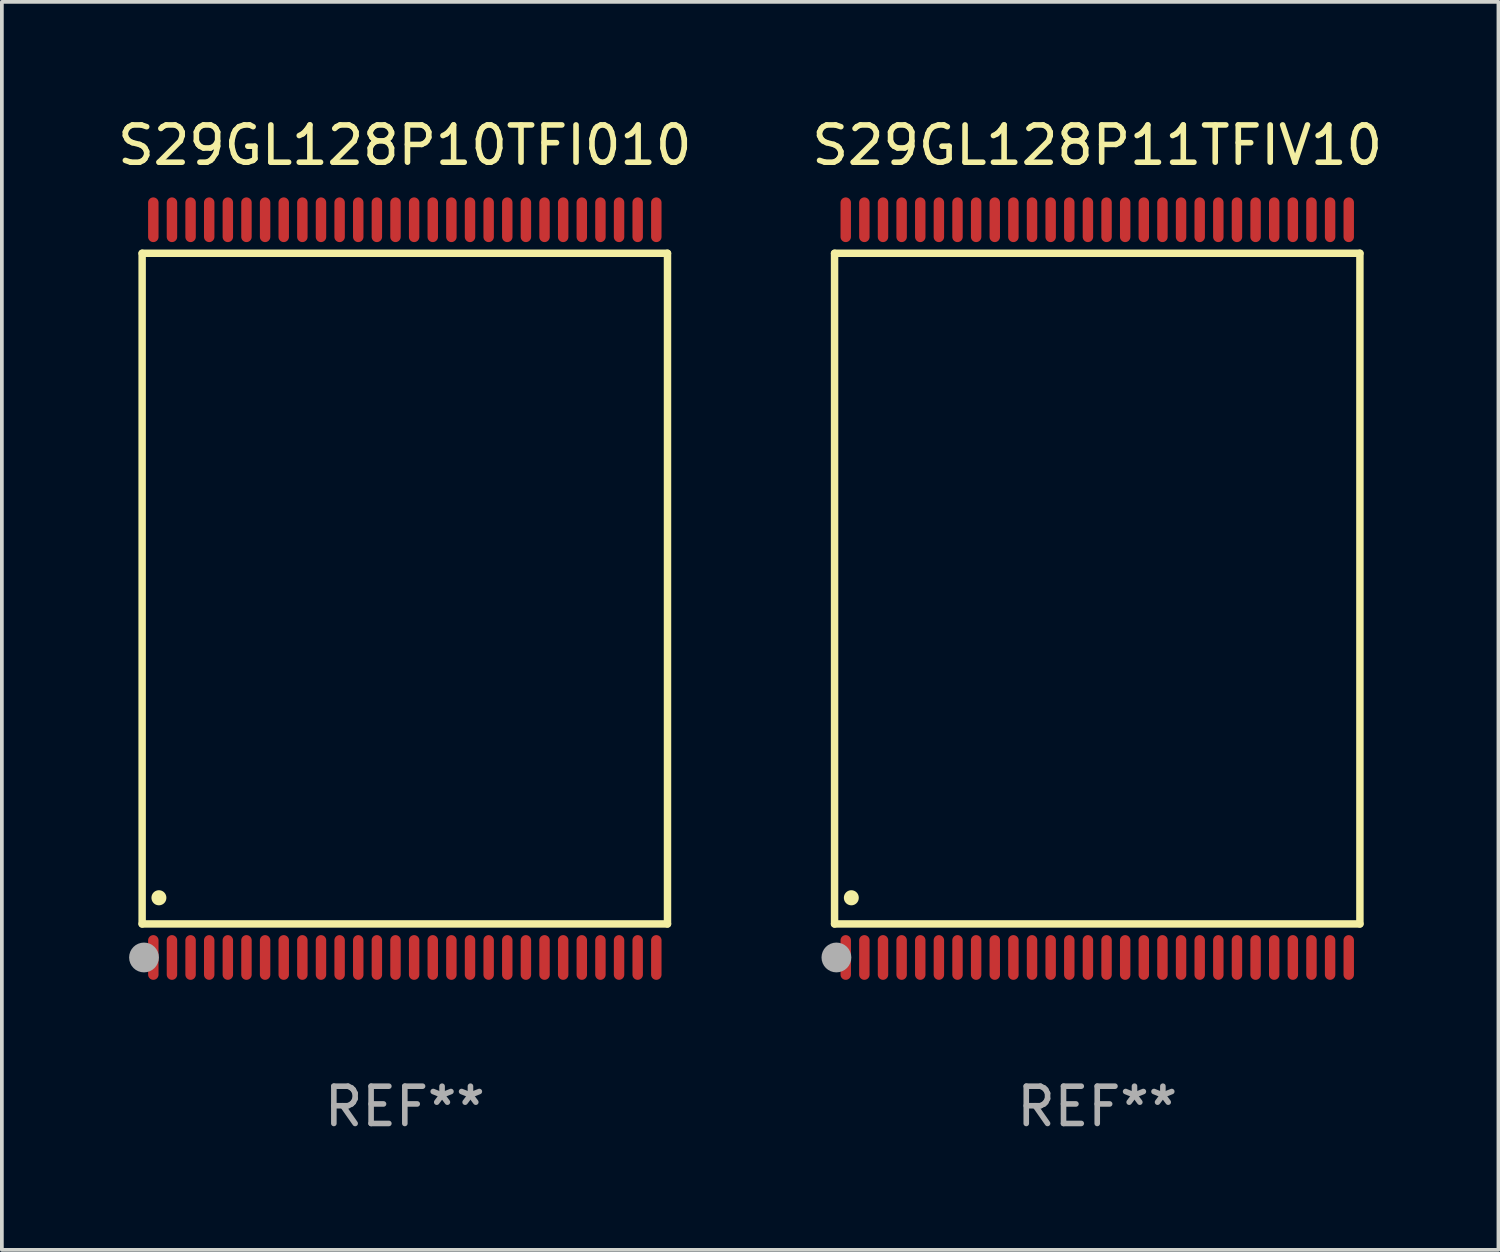
<source format=kicad_pcb>
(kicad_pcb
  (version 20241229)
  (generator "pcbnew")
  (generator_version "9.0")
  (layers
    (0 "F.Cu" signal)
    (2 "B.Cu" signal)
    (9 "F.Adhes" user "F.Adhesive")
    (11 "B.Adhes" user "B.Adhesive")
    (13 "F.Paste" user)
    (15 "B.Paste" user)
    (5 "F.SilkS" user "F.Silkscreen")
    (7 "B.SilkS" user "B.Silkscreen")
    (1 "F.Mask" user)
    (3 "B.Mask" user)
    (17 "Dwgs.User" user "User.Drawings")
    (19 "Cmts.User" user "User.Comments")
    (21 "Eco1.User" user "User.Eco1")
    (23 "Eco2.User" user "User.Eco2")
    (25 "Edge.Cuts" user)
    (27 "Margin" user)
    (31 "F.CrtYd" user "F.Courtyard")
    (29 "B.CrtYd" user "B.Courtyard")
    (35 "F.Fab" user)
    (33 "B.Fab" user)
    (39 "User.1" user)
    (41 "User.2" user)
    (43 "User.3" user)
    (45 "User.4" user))
  (footprint "S29GL128P11TFIV10"
    (layer "F.Cu")
    (at 26.399 12.748)
    (property "Reference" "S29GL128P11TFIV10" (at 0 -11.9 0) (layer "F.SilkS") (effects (font (size 1 1) (thickness 0.15))))
    (attr through_hole)
    (fp_line (start -7.05 -9) (end 7.05 -9) (stroke (width 0.2) (type solid)) (layer "F.SilkS"))
    (fp_line (start -7.05 9) (end -7.05 -9) (stroke (width 0.2) (type solid)) (layer "F.SilkS"))
    (fp_line (start 7.05 9) (end -7.05 9) (stroke (width 0.2) (type solid)) (layer "F.SilkS"))
    (fp_line (start 7.05 9) (end 7.05 -9) (stroke (width 0.2) (type solid)) (layer "F.SilkS"))
    (fp_arc (start -6.600025 8.300025) (mid -6.600041 8.297485) (end -6.600025 8.294945) (stroke (width 0.4) (type solid)) (layer "F.SilkS"))
    (fp_circle (center -7 10) (end -6.97 10) (stroke (width 0.06) (type solid)) (fill no) (layer "F.SilkS"))
    (fp_circle (center -7 9.9) (end -6.8 9.9) (stroke (width 0.4) (type solid)) (fill no) (layer "F.Fab"))
    (fp_text user "REF**" (at 0 13.9 0) (layer "F.Fab") (effects (font (size 1 1) (thickness 0.15))))
    (pad "1" smd oval (at -6.75 9.9) (size 0.28 1.2) (layers "F.Cu" "F.Mask" "F.Paste"))
    (pad "2" smd oval (at -6.25 9.9) (size 0.28 1.2) (layers "F.Cu" "F.Mask" "F.Paste"))
    (pad "3" smd oval (at -5.75 9.9) (size 0.28 1.2) (layers "F.Cu" "F.Mask" "F.Paste"))
    (pad "4" smd oval (at -5.25 9.9) (size 0.28 1.2) (layers "F.Cu" "F.Mask" "F.Paste"))
    (pad "5" smd oval (at -4.75 9.9) (size 0.28 1.2) (layers "F.Cu" "F.Mask" "F.Paste"))
    (pad "6" smd oval (at -4.25 9.9) (size 0.28 1.2) (layers "F.Cu" "F.Mask" "F.Paste"))
    (pad "7" smd oval (at -3.75 9.9) (size 0.28 1.2) (layers "F.Cu" "F.Mask" "F.Paste"))
    (pad "8" smd oval (at -3.25 9.9) (size 0.28 1.2) (layers "F.Cu" "F.Mask" "F.Paste"))
    (pad "9" smd oval (at -2.75 9.9) (size 0.28 1.2) (layers "F.Cu" "F.Mask" "F.Paste"))
    (pad "10" smd oval (at -2.25 9.9) (size 0.28 1.2) (layers "F.Cu" "F.Mask" "F.Paste"))
    (pad "11" smd oval (at -1.75 9.9) (size 0.28 1.2) (layers "F.Cu" "F.Mask" "F.Paste"))
    (pad "12" smd oval (at -1.25 9.9) (size 0.28 1.2) (layers "F.Cu" "F.Mask" "F.Paste"))
    (pad "13" smd oval (at -0.75 9.9) (size 0.28 1.2) (layers "F.Cu" "F.Mask" "F.Paste"))
    (pad "14" smd oval (at -0.25 9.9) (size 0.28 1.2) (layers "F.Cu" "F.Mask" "F.Paste"))
    (pad "15" smd oval (at 0.25 9.9) (size 0.28 1.2) (layers "F.Cu" "F.Mask" "F.Paste"))
    (pad "16" smd oval (at 0.75 9.9) (size 0.28 1.2) (layers "F.Cu" "F.Mask" "F.Paste"))
    (pad "17" smd oval (at 1.25 9.9) (size 0.28 1.2) (layers "F.Cu" "F.Mask" "F.Paste"))
    (pad "18" smd oval (at 1.75 9.9) (size 0.28 1.2) (layers "F.Cu" "F.Mask" "F.Paste"))
    (pad "19" smd oval (at 2.25 9.9) (size 0.28 1.2) (layers "F.Cu" "F.Mask" "F.Paste"))
    (pad "20" smd oval (at 2.75 9.9) (size 0.28 1.2) (layers "F.Cu" "F.Mask" "F.Paste"))
    (pad "21" smd oval (at 3.25 9.9) (size 0.28 1.2) (layers "F.Cu" "F.Mask" "F.Paste"))
    (pad "22" smd oval (at 3.75 9.9) (size 0.28 1.2) (layers "F.Cu" "F.Mask" "F.Paste"))
    (pad "23" smd oval (at 4.25 9.9) (size 0.28 1.2) (layers "F.Cu" "F.Mask" "F.Paste"))
    (pad "24" smd oval (at 4.75 9.9) (size 0.28 1.2) (layers "F.Cu" "F.Mask" "F.Paste"))
    (pad "25" smd oval (at 5.25 9.9) (size 0.28 1.2) (layers "F.Cu" "F.Mask" "F.Paste"))
    (pad "26" smd oval (at 5.75 9.9) (size 0.28 1.2) (layers "F.Cu" "F.Mask" "F.Paste"))
    (pad "27" smd oval (at 6.25 9.9) (size 0.28 1.2) (layers "F.Cu" "F.Mask" "F.Paste"))
    (pad "28" smd oval (at 6.75 9.9) (size 0.28 1.2) (layers "F.Cu" "F.Mask" "F.Paste"))
    (pad "29" smd oval (at 6.75 -9.9) (size 0.28 1.2) (layers "F.Cu" "F.Mask" "F.Paste"))
    (pad "30" smd oval (at 6.25 -9.9) (size 0.28 1.2) (layers "F.Cu" "F.Mask" "F.Paste"))
    (pad "31" smd oval (at 5.75 -9.9) (size 0.28 1.2) (layers "F.Cu" "F.Mask" "F.Paste"))
    (pad "32" smd oval (at 5.25 -9.9) (size 0.28 1.2) (layers "F.Cu" "F.Mask" "F.Paste"))
    (pad "33" smd oval (at 4.75 -9.9) (size 0.28 1.2) (layers "F.Cu" "F.Mask" "F.Paste"))
    (pad "34" smd oval (at 4.25 -9.9) (size 0.28 1.2) (layers "F.Cu" "F.Mask" "F.Paste"))
    (pad "35" smd oval (at 3.75 -9.9) (size 0.28 1.2) (layers "F.Cu" "F.Mask" "F.Paste"))
    (pad "36" smd oval (at 3.25 -9.9) (size 0.28 1.2) (layers "F.Cu" "F.Mask" "F.Paste"))
    (pad "37" smd oval (at 2.75 -9.9) (size 0.28 1.2) (layers "F.Cu" "F.Mask" "F.Paste"))
    (pad "38" smd oval (at 2.25 -9.9) (size 0.28 1.2) (layers "F.Cu" "F.Mask" "F.Paste"))
    (pad "39" smd oval (at 1.75 -9.9) (size 0.28 1.2) (layers "F.Cu" "F.Mask" "F.Paste"))
    (pad "40" smd oval (at 1.25 -9.9) (size 0.28 1.2) (layers "F.Cu" "F.Mask" "F.Paste"))
    (pad "41" smd oval (at 0.75 -9.9) (size 0.28 1.2) (layers "F.Cu" "F.Mask" "F.Paste"))
    (pad "42" smd oval (at 0.25 -9.9) (size 0.28 1.2) (layers "F.Cu" "F.Mask" "F.Paste"))
    (pad "43" smd oval (at -0.25 -9.9) (size 0.28 1.2) (layers "F.Cu" "F.Mask" "F.Paste"))
    (pad "44" smd oval (at -0.75 -9.9) (size 0.28 1.2) (layers "F.Cu" "F.Mask" "F.Paste"))
    (pad "45" smd oval (at -1.25 -9.9) (size 0.28 1.2) (layers "F.Cu" "F.Mask" "F.Paste"))
    (pad "46" smd oval (at -1.75 -9.9) (size 0.28 1.2) (layers "F.Cu" "F.Mask" "F.Paste"))
    (pad "47" smd oval (at -2.25 -9.9) (size 0.28 1.2) (layers "F.Cu" "F.Mask" "F.Paste"))
    (pad "48" smd oval (at -2.75 -9.9) (size 0.28 1.2) (layers "F.Cu" "F.Mask" "F.Paste"))
    (pad "49" smd oval (at -3.25 -9.9) (size 0.28 1.2) (layers "F.Cu" "F.Mask" "F.Paste"))
    (pad "50" smd oval (at -3.75 -9.9) (size 0.28 1.2) (layers "F.Cu" "F.Mask" "F.Paste"))
    (pad "51" smd oval (at -4.25 -9.9) (size 0.28 1.2) (layers "F.Cu" "F.Mask" "F.Paste"))
    (pad "52" smd oval (at -4.75 -9.9) (size 0.28 1.2) (layers "F.Cu" "F.Mask" "F.Paste"))
    (pad "53" smd oval (at -5.25 -9.9) (size 0.28 1.2) (layers "F.Cu" "F.Mask" "F.Paste"))
    (pad "54" smd oval (at -5.75 -9.9) (size 0.28 1.2) (layers "F.Cu" "F.Mask" "F.Paste"))
    (pad "55" smd oval (at -6.25 -9.9) (size 0.28 1.2) (layers "F.Cu" "F.Mask" "F.Paste"))
    (pad "56" smd oval (at -6.75 -9.9) (size 0.28 1.2) (layers "F.Cu" "F.Mask" "F.Paste")))
  (footprint "S29GL128P10TFI010"
    (layer "F.Cu")
    (at 7.815 12.748)
    (property "Reference" "S29GL128P10TFI010" (at 0 -11.9 0) (layer "F.SilkS") (effects (font (size 1 1) (thickness 0.15))))
    (attr through_hole)
    (fp_line (start -7.05 -9) (end 7.05 -9) (stroke (width 0.2) (type solid)) (layer "F.SilkS"))
    (fp_line (start -7.05 9) (end -7.05 -9) (stroke (width 0.2) (type solid)) (layer "F.SilkS"))
    (fp_line (start 7.05 9) (end -7.05 9) (stroke (width 0.2) (type solid)) (layer "F.SilkS"))
    (fp_line (start 7.05 9) (end 7.05 -9) (stroke (width 0.2) (type solid)) (layer "F.SilkS"))
    (fp_arc (start -6.600025 8.300025) (mid -6.600041 8.297485) (end -6.600025 8.294945) (stroke (width 0.4) (type solid)) (layer "F.SilkS"))
    (fp_circle (center -7 10) (end -6.97 10) (stroke (width 0.06) (type solid)) (fill no) (layer "F.SilkS"))
    (fp_circle (center -7 9.9) (end -6.8 9.9) (stroke (width 0.4) (type solid)) (fill no) (layer "F.Fab"))
    (fp_text user "REF**" (at 0 13.9 0) (layer "F.Fab") (effects (font (size 1 1) (thickness 0.15))))
    (pad "1" smd oval (at -6.75 9.9) (size 0.28 1.2) (layers "F.Cu" "F.Mask" "F.Paste"))
    (pad "2" smd oval (at -6.25 9.9) (size 0.28 1.2) (layers "F.Cu" "F.Mask" "F.Paste"))
    (pad "3" smd oval (at -5.75 9.9) (size 0.28 1.2) (layers "F.Cu" "F.Mask" "F.Paste"))
    (pad "4" smd oval (at -5.25 9.9) (size 0.28 1.2) (layers "F.Cu" "F.Mask" "F.Paste"))
    (pad "5" smd oval (at -4.75 9.9) (size 0.28 1.2) (layers "F.Cu" "F.Mask" "F.Paste"))
    (pad "6" smd oval (at -4.25 9.9) (size 0.28 1.2) (layers "F.Cu" "F.Mask" "F.Paste"))
    (pad "7" smd oval (at -3.75 9.9) (size 0.28 1.2) (layers "F.Cu" "F.Mask" "F.Paste"))
    (pad "8" smd oval (at -3.25 9.9) (size 0.28 1.2) (layers "F.Cu" "F.Mask" "F.Paste"))
    (pad "9" smd oval (at -2.75 9.9) (size 0.28 1.2) (layers "F.Cu" "F.Mask" "F.Paste"))
    (pad "10" smd oval (at -2.25 9.9) (size 0.28 1.2) (layers "F.Cu" "F.Mask" "F.Paste"))
    (pad "11" smd oval (at -1.75 9.9) (size 0.28 1.2) (layers "F.Cu" "F.Mask" "F.Paste"))
    (pad "12" smd oval (at -1.25 9.9) (size 0.28 1.2) (layers "F.Cu" "F.Mask" "F.Paste"))
    (pad "13" smd oval (at -0.75 9.9) (size 0.28 1.2) (layers "F.Cu" "F.Mask" "F.Paste"))
    (pad "14" smd oval (at -0.25 9.9) (size 0.28 1.2) (layers "F.Cu" "F.Mask" "F.Paste"))
    (pad "15" smd oval (at 0.25 9.9) (size 0.28 1.2) (layers "F.Cu" "F.Mask" "F.Paste"))
    (pad "16" smd oval (at 0.75 9.9) (size 0.28 1.2) (layers "F.Cu" "F.Mask" "F.Paste"))
    (pad "17" smd oval (at 1.25 9.9) (size 0.28 1.2) (layers "F.Cu" "F.Mask" "F.Paste"))
    (pad "18" smd oval (at 1.75 9.9) (size 0.28 1.2) (layers "F.Cu" "F.Mask" "F.Paste"))
    (pad "19" smd oval (at 2.25 9.9) (size 0.28 1.2) (layers "F.Cu" "F.Mask" "F.Paste"))
    (pad "20" smd oval (at 2.75 9.9) (size 0.28 1.2) (layers "F.Cu" "F.Mask" "F.Paste"))
    (pad "21" smd oval (at 3.25 9.9) (size 0.28 1.2) (layers "F.Cu" "F.Mask" "F.Paste"))
    (pad "22" smd oval (at 3.75 9.9) (size 0.28 1.2) (layers "F.Cu" "F.Mask" "F.Paste"))
    (pad "23" smd oval (at 4.25 9.9) (size 0.28 1.2) (layers "F.Cu" "F.Mask" "F.Paste"))
    (pad "24" smd oval (at 4.75 9.9) (size 0.28 1.2) (layers "F.Cu" "F.Mask" "F.Paste"))
    (pad "25" smd oval (at 5.25 9.9) (size 0.28 1.2) (layers "F.Cu" "F.Mask" "F.Paste"))
    (pad "26" smd oval (at 5.75 9.9) (size 0.28 1.2) (layers "F.Cu" "F.Mask" "F.Paste"))
    (pad "27" smd oval (at 6.25 9.9) (size 0.28 1.2) (layers "F.Cu" "F.Mask" "F.Paste"))
    (pad "28" smd oval (at 6.75 9.9) (size 0.28 1.2) (layers "F.Cu" "F.Mask" "F.Paste"))
    (pad "29" smd oval (at 6.75 -9.9) (size 0.28 1.2) (layers "F.Cu" "F.Mask" "F.Paste"))
    (pad "30" smd oval (at 6.25 -9.9) (size 0.28 1.2) (layers "F.Cu" "F.Mask" "F.Paste"))
    (pad "31" smd oval (at 5.75 -9.9) (size 0.28 1.2) (layers "F.Cu" "F.Mask" "F.Paste"))
    (pad "32" smd oval (at 5.25 -9.9) (size 0.28 1.2) (layers "F.Cu" "F.Mask" "F.Paste"))
    (pad "33" smd oval (at 4.75 -9.9) (size 0.28 1.2) (layers "F.Cu" "F.Mask" "F.Paste"))
    (pad "34" smd oval (at 4.25 -9.9) (size 0.28 1.2) (layers "F.Cu" "F.Mask" "F.Paste"))
    (pad "35" smd oval (at 3.75 -9.9) (size 0.28 1.2) (layers "F.Cu" "F.Mask" "F.Paste"))
    (pad "36" smd oval (at 3.25 -9.9) (size 0.28 1.2) (layers "F.Cu" "F.Mask" "F.Paste"))
    (pad "37" smd oval (at 2.75 -9.9) (size 0.28 1.2) (layers "F.Cu" "F.Mask" "F.Paste"))
    (pad "38" smd oval (at 2.25 -9.9) (size 0.28 1.2) (layers "F.Cu" "F.Mask" "F.Paste"))
    (pad "39" smd oval (at 1.75 -9.9) (size 0.28 1.2) (layers "F.Cu" "F.Mask" "F.Paste"))
    (pad "40" smd oval (at 1.25 -9.9) (size 0.28 1.2) (layers "F.Cu" "F.Mask" "F.Paste"))
    (pad "41" smd oval (at 0.75 -9.9) (size 0.28 1.2) (layers "F.Cu" "F.Mask" "F.Paste"))
    (pad "42" smd oval (at 0.25 -9.9) (size 0.28 1.2) (layers "F.Cu" "F.Mask" "F.Paste"))
    (pad "43" smd oval (at -0.25 -9.9) (size 0.28 1.2) (layers "F.Cu" "F.Mask" "F.Paste"))
    (pad "44" smd oval (at -0.75 -9.9) (size 0.28 1.2) (layers "F.Cu" "F.Mask" "F.Paste"))
    (pad "45" smd oval (at -1.25 -9.9) (size 0.28 1.2) (layers "F.Cu" "F.Mask" "F.Paste"))
    (pad "46" smd oval (at -1.75 -9.9) (size 0.28 1.2) (layers "F.Cu" "F.Mask" "F.Paste"))
    (pad "47" smd oval (at -2.25 -9.9) (size 0.28 1.2) (layers "F.Cu" "F.Mask" "F.Paste"))
    (pad "48" smd oval (at -2.75 -9.9) (size 0.28 1.2) (layers "F.Cu" "F.Mask" "F.Paste"))
    (pad "49" smd oval (at -3.25 -9.9) (size 0.28 1.2) (layers "F.Cu" "F.Mask" "F.Paste"))
    (pad "50" smd oval (at -3.75 -9.9) (size 0.28 1.2) (layers "F.Cu" "F.Mask" "F.Paste"))
    (pad "51" smd oval (at -4.25 -9.9) (size 0.28 1.2) (layers "F.Cu" "F.Mask" "F.Paste"))
    (pad "52" smd oval (at -4.75 -9.9) (size 0.28 1.2) (layers "F.Cu" "F.Mask" "F.Paste"))
    (pad "53" smd oval (at -5.25 -9.9) (size 0.28 1.2) (layers "F.Cu" "F.Mask" "F.Paste"))
    (pad "54" smd oval (at -5.75 -9.9) (size 0.28 1.2) (layers "F.Cu" "F.Mask" "F.Paste"))
    (pad "55" smd oval (at -6.25 -9.9) (size 0.28 1.2) (layers "F.Cu" "F.Mask" "F.Paste"))
    (pad "56" smd oval (at -6.75 -9.9) (size 0.28 1.2) (layers "F.Cu" "F.Mask" "F.Paste")))
  (gr_rect
    (start -3 -3)
    (end 37.167 30.496)
    (stroke (width 0.1) (type default))
    (fill no)
    (layer "Edge.Cuts")))
</source>
